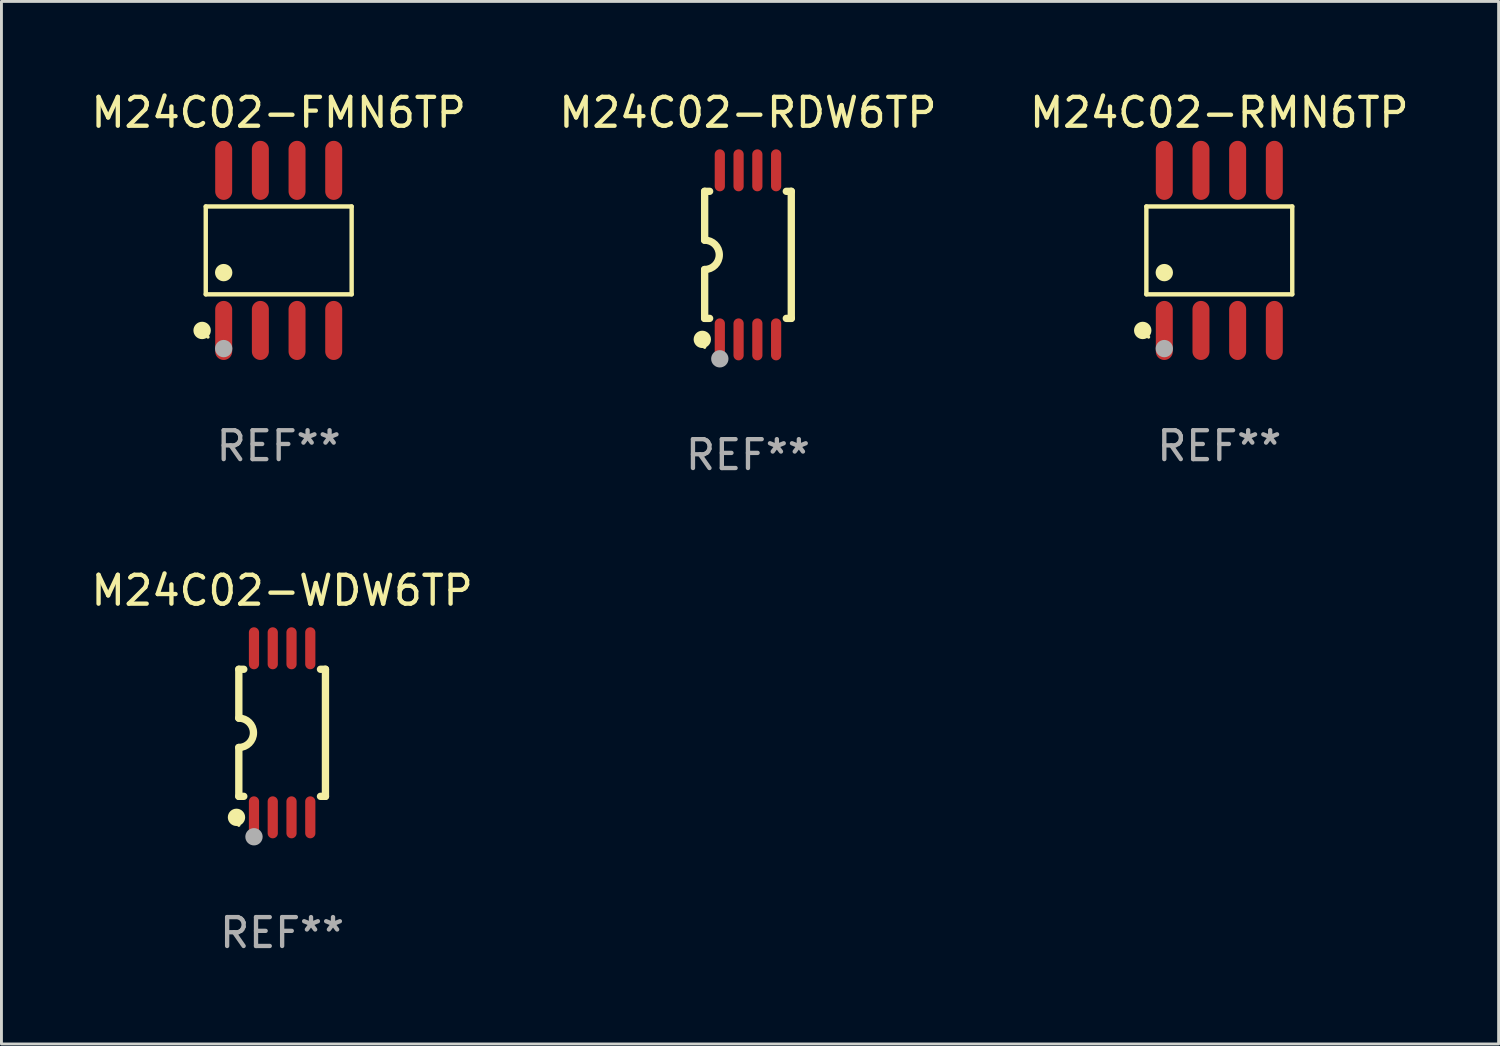
<source format=kicad_pcb>
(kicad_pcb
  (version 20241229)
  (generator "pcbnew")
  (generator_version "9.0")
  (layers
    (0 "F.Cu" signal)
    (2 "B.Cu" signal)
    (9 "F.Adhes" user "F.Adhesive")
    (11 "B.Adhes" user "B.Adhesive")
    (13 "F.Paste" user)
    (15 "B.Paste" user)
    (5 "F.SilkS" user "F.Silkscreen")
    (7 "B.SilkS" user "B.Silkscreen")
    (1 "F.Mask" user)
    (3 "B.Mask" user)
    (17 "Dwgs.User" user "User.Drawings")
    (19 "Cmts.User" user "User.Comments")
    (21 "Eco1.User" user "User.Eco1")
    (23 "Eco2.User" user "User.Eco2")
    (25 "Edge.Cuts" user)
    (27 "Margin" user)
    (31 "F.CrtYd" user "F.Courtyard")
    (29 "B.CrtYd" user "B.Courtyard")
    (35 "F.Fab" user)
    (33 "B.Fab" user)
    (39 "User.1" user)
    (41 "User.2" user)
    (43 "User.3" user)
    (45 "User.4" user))
  (footprint "M24C02-FMN6TP"
    (layer "F.Cu")
    (at 6.601 5.621)
    (property "Reference" "M24C02-FMN6TP" (at 0 -4.772 0) (layer "F.SilkS") (effects (font (size 1 1) (thickness 0.15))))
    (attr through_hole)
    (fp_line (start -2.526 -1.521) (end 2.526 -1.521) (stroke (width 0.152) (type solid)) (layer "F.SilkS"))
    (fp_line (start -2.526 1.521) (end -2.526 -1.521) (stroke (width 0.152) (type solid)) (layer "F.SilkS"))
    (fp_line (start 2.526 -1.521) (end 2.526 1.521) (stroke (width 0.152) (type solid)) (layer "F.SilkS"))
    (fp_line (start 2.526 1.521) (end -2.526 1.521) (stroke (width 0.152) (type solid)) (layer "F.SilkS"))
    (fp_circle (center -2.652 2.772) (end -2.501 2.772) (stroke (width 0.3) (type solid)) (fill no) (layer "F.SilkS"))
    (fp_circle (center -2.45 3) (end -2.42 3) (stroke (width 0.06) (type solid)) (fill no) (layer "F.SilkS"))
    (fp_circle (center -1.905 0.769) (end -1.755 0.769) (stroke (width 0.3) (type solid)) (fill no) (layer "F.SilkS"))
    (fp_circle (center -1.905 3.4) (end -1.755 3.4) (stroke (width 0.3) (type solid)) (fill no) (layer "F.Fab"))
    (fp_text user "REF**" (at 0 6.772 0) (layer "F.Fab") (effects (font (size 1 1) (thickness 0.15))))
    (pad "1" smd oval (at -1.905 2.772) (size 0.588 2.045) (layers "F.Cu" "F.Mask" "F.Paste"))
    (pad "2" smd oval (at -0.635 2.772) (size 0.588 2.045) (layers "F.Cu" "F.Mask" "F.Paste"))
    (pad "3" smd oval (at 0.635 2.772) (size 0.588 2.045) (layers "F.Cu" "F.Mask" "F.Paste"))
    (pad "4" smd oval (at 1.905 2.772) (size 0.588 2.045) (layers "F.Cu" "F.Mask" "F.Paste"))
    (pad "5" smd oval (at 1.905 -2.772) (size 0.588 2.045) (layers "F.Cu" "F.Mask" "F.Paste"))
    (pad "6" smd oval (at 0.635 -2.772) (size 0.588 2.045) (layers "F.Cu" "F.Mask" "F.Paste"))
    (pad "7" smd oval (at -0.635 -2.772) (size 0.588 2.045) (layers "F.Cu" "F.Mask" "F.Paste"))
    (pad "8" smd oval (at -1.905 -2.772) (size 0.588 2.045) (layers "F.Cu" "F.Mask" "F.Paste")))
  (footprint "M24C02-RDW6TP"
    (layer "F.Cu")
    (at 22.851 5.775)
    (property "Reference" "M24C02-RDW6TP" (at 0 -4.927 0) (layer "F.SilkS") (effects (font (size 1 1) (thickness 0.15))))
    (attr through_hole)
    (fp_line (start -1.5 -2.2) (end -1.5 -0.508) (stroke (width 0.254) (type solid)) (layer "F.SilkS"))
    (fp_line (start -1.5 -2.2) (end -1.328 -2.2) (stroke (width 0.254) (type solid)) (layer "F.SilkS"))
    (fp_line (start -1.5 2.2) (end -1.5 0.508) (stroke (width 0.254) (type solid)) (layer "F.SilkS"))
    (fp_line (start -1.5 2.2) (end -1.328 2.2) (stroke (width 0.254) (type solid)) (layer "F.SilkS"))
    (fp_line (start 1.328 -2.2) (end 1.5 -2.2) (stroke (width 0.254) (type solid)) (layer "F.SilkS"))
    (fp_line (start 1.328 2.2) (end 1.5 2.2) (stroke (width 0.254) (type solid)) (layer "F.SilkS"))
    (fp_line (start 1.5 -2.2) (end 1.5 2.2) (stroke (width 0.254) (type solid)) (layer "F.SilkS"))
    (fp_arc (start -1.501144 -0.508) (mid -0.993143 -0.000571) (end -1.5 0.508001) (stroke (width 0.254001) (type solid)) (layer "F.SilkS"))
    (fp_circle (center -1.581 2.927) (end -1.431 2.927) (stroke (width 0.3) (type solid)) (fill no) (layer "F.SilkS"))
    (fp_circle (center -1.5 3.2) (end -1.47 3.2) (stroke (width 0.06) (type solid)) (fill no) (layer "F.SilkS"))
    (fp_circle (center -0.975 3.6) (end -0.825 3.6) (stroke (width 0.3) (type solid)) (fill no) (layer "F.Fab"))
    (fp_text user "REF**" (at 0 6.927 0) (layer "F.Fab") (effects (font (size 1 1) (thickness 0.15))))
    (pad "1" smd oval (at -0.975 2.927) (size 0.353 1.454) (layers "F.Cu" "F.Mask" "F.Paste"))
    (pad "2" smd oval (at -0.325 2.927) (size 0.353 1.454) (layers "F.Cu" "F.Mask" "F.Paste"))
    (pad "3" smd oval (at 0.325 2.927) (size 0.353 1.454) (layers "F.Cu" "F.Mask" "F.Paste"))
    (pad "4" smd oval (at 0.975 2.927) (size 0.353 1.454) (layers "F.Cu" "F.Mask" "F.Paste"))
    (pad "5" smd oval (at 0.975 -2.927) (size 0.353 1.454) (layers "F.Cu" "F.Mask" "F.Paste"))
    (pad "6" smd oval (at 0.325 -2.927) (size 0.353 1.454) (layers "F.Cu" "F.Mask" "F.Paste"))
    (pad "7" smd oval (at -0.325 -2.927) (size 0.353 1.454) (layers "F.Cu" "F.Mask" "F.Paste"))
    (pad "8" smd oval (at -0.975 -2.927) (size 0.353 1.454) (layers "F.Cu" "F.Mask" "F.Paste")))
  (footprint "M24C02-RMN6TP"
    (layer "F.Cu")
    (at 39.173 5.621)
    (property "Reference" "M24C02-RMN6TP" (at 0 -4.772 0) (layer "F.SilkS") (effects (font (size 1 1) (thickness 0.15))))
    (attr through_hole)
    (fp_line (start -2.526 -1.521) (end 2.526 -1.521) (stroke (width 0.152) (type solid)) (layer "F.SilkS"))
    (fp_line (start -2.526 1.521) (end -2.526 -1.521) (stroke (width 0.152) (type solid)) (layer "F.SilkS"))
    (fp_line (start 2.526 -1.521) (end 2.526 1.521) (stroke (width 0.152) (type solid)) (layer "F.SilkS"))
    (fp_line (start 2.526 1.521) (end -2.526 1.521) (stroke (width 0.152) (type solid)) (layer "F.SilkS"))
    (fp_circle (center -2.652 2.772) (end -2.501 2.772) (stroke (width 0.3) (type solid)) (fill no) (layer "F.SilkS"))
    (fp_circle (center -2.45 3) (end -2.42 3) (stroke (width 0.06) (type solid)) (fill no) (layer "F.SilkS"))
    (fp_circle (center -1.905 0.769) (end -1.755 0.769) (stroke (width 0.3) (type solid)) (fill no) (layer "F.SilkS"))
    (fp_circle (center -1.905 3.4) (end -1.755 3.4) (stroke (width 0.3) (type solid)) (fill no) (layer "F.Fab"))
    (fp_text user "REF**" (at 0 6.772 0) (layer "F.Fab") (effects (font (size 1 1) (thickness 0.15))))
    (pad "1" smd oval (at -1.905 2.772) (size 0.588 2.045) (layers "F.Cu" "F.Mask" "F.Paste"))
    (pad "2" smd oval (at -0.635 2.772) (size 0.588 2.045) (layers "F.Cu" "F.Mask" "F.Paste"))
    (pad "3" smd oval (at 0.635 2.772) (size 0.588 2.045) (layers "F.Cu" "F.Mask" "F.Paste"))
    (pad "4" smd oval (at 1.905 2.772) (size 0.588 2.045) (layers "F.Cu" "F.Mask" "F.Paste"))
    (pad "5" smd oval (at 1.905 -2.772) (size 0.588 2.045) (layers "F.Cu" "F.Mask" "F.Paste"))
    (pad "6" smd oval (at 0.635 -2.772) (size 0.588 2.045) (layers "F.Cu" "F.Mask" "F.Paste"))
    (pad "7" smd oval (at -0.635 -2.772) (size 0.588 2.045) (layers "F.Cu" "F.Mask" "F.Paste"))
    (pad "8" smd oval (at -1.905 -2.772) (size 0.588 2.045) (layers "F.Cu" "F.Mask" "F.Paste")))
  (footprint "M24C02-WDW6TP"
    (layer "F.Cu")
    (at 6.72 22.326)
    (property "Reference" "M24C02-WDW6TP" (at 0 -4.927 0) (layer "F.SilkS") (effects (font (size 1 1) (thickness 0.15))))
    (attr through_hole)
    (fp_line (start -1.5 -2.2) (end -1.5 -0.508) (stroke (width 0.254) (type solid)) (layer "F.SilkS"))
    (fp_line (start -1.5 -2.2) (end -1.328 -2.2) (stroke (width 0.254) (type solid)) (layer "F.SilkS"))
    (fp_line (start -1.5 2.2) (end -1.5 0.508) (stroke (width 0.254) (type solid)) (layer "F.SilkS"))
    (fp_line (start -1.5 2.2) (end -1.328 2.2) (stroke (width 0.254) (type solid)) (layer "F.SilkS"))
    (fp_line (start 1.328 -2.2) (end 1.5 -2.2) (stroke (width 0.254) (type solid)) (layer "F.SilkS"))
    (fp_line (start 1.328 2.2) (end 1.5 2.2) (stroke (width 0.254) (type solid)) (layer "F.SilkS"))
    (fp_line (start 1.5 -2.2) (end 1.5 2.2) (stroke (width 0.254) (type solid)) (layer "F.SilkS"))
    (fp_arc (start -1.501144 -0.508) (mid -0.993143 -0.000571) (end -1.5 0.508001) (stroke (width 0.254001) (type solid)) (layer "F.SilkS"))
    (fp_circle (center -1.581 2.927) (end -1.431 2.927) (stroke (width 0.3) (type solid)) (fill no) (layer "F.SilkS"))
    (fp_circle (center -1.5 3.2) (end -1.47 3.2) (stroke (width 0.06) (type solid)) (fill no) (layer "F.SilkS"))
    (fp_circle (center -0.975 3.6) (end -0.825 3.6) (stroke (width 0.3) (type solid)) (fill no) (layer "F.Fab"))
    (fp_text user "REF**" (at 0 6.927 0) (layer "F.Fab") (effects (font (size 1 1) (thickness 0.15))))
    (pad "1" smd oval (at -0.975 2.927) (size 0.353 1.454) (layers "F.Cu" "F.Mask" "F.Paste"))
    (pad "2" smd oval (at -0.325 2.927) (size 0.353 1.454) (layers "F.Cu" "F.Mask" "F.Paste"))
    (pad "3" smd oval (at 0.325 2.927) (size 0.353 1.454) (layers "F.Cu" "F.Mask" "F.Paste"))
    (pad "4" smd oval (at 0.975 2.927) (size 0.353 1.454) (layers "F.Cu" "F.Mask" "F.Paste"))
    (pad "5" smd oval (at 0.975 -2.927) (size 0.353 1.454) (layers "F.Cu" "F.Mask" "F.Paste"))
    (pad "6" smd oval (at 0.325 -2.927) (size 0.353 1.454) (layers "F.Cu" "F.Mask" "F.Paste"))
    (pad "7" smd oval (at -0.325 -2.927) (size 0.353 1.454) (layers "F.Cu" "F.Mask" "F.Paste"))
    (pad "8" smd oval (at -0.975 -2.927) (size 0.353 1.454) (layers "F.Cu" "F.Mask" "F.Paste")))
  (gr_rect
    (start -3 -3)
    (end 48.845 33.101)
    (stroke (width 0.1) (type default))
    (fill no)
    (layer "Edge.Cuts")))
</source>
